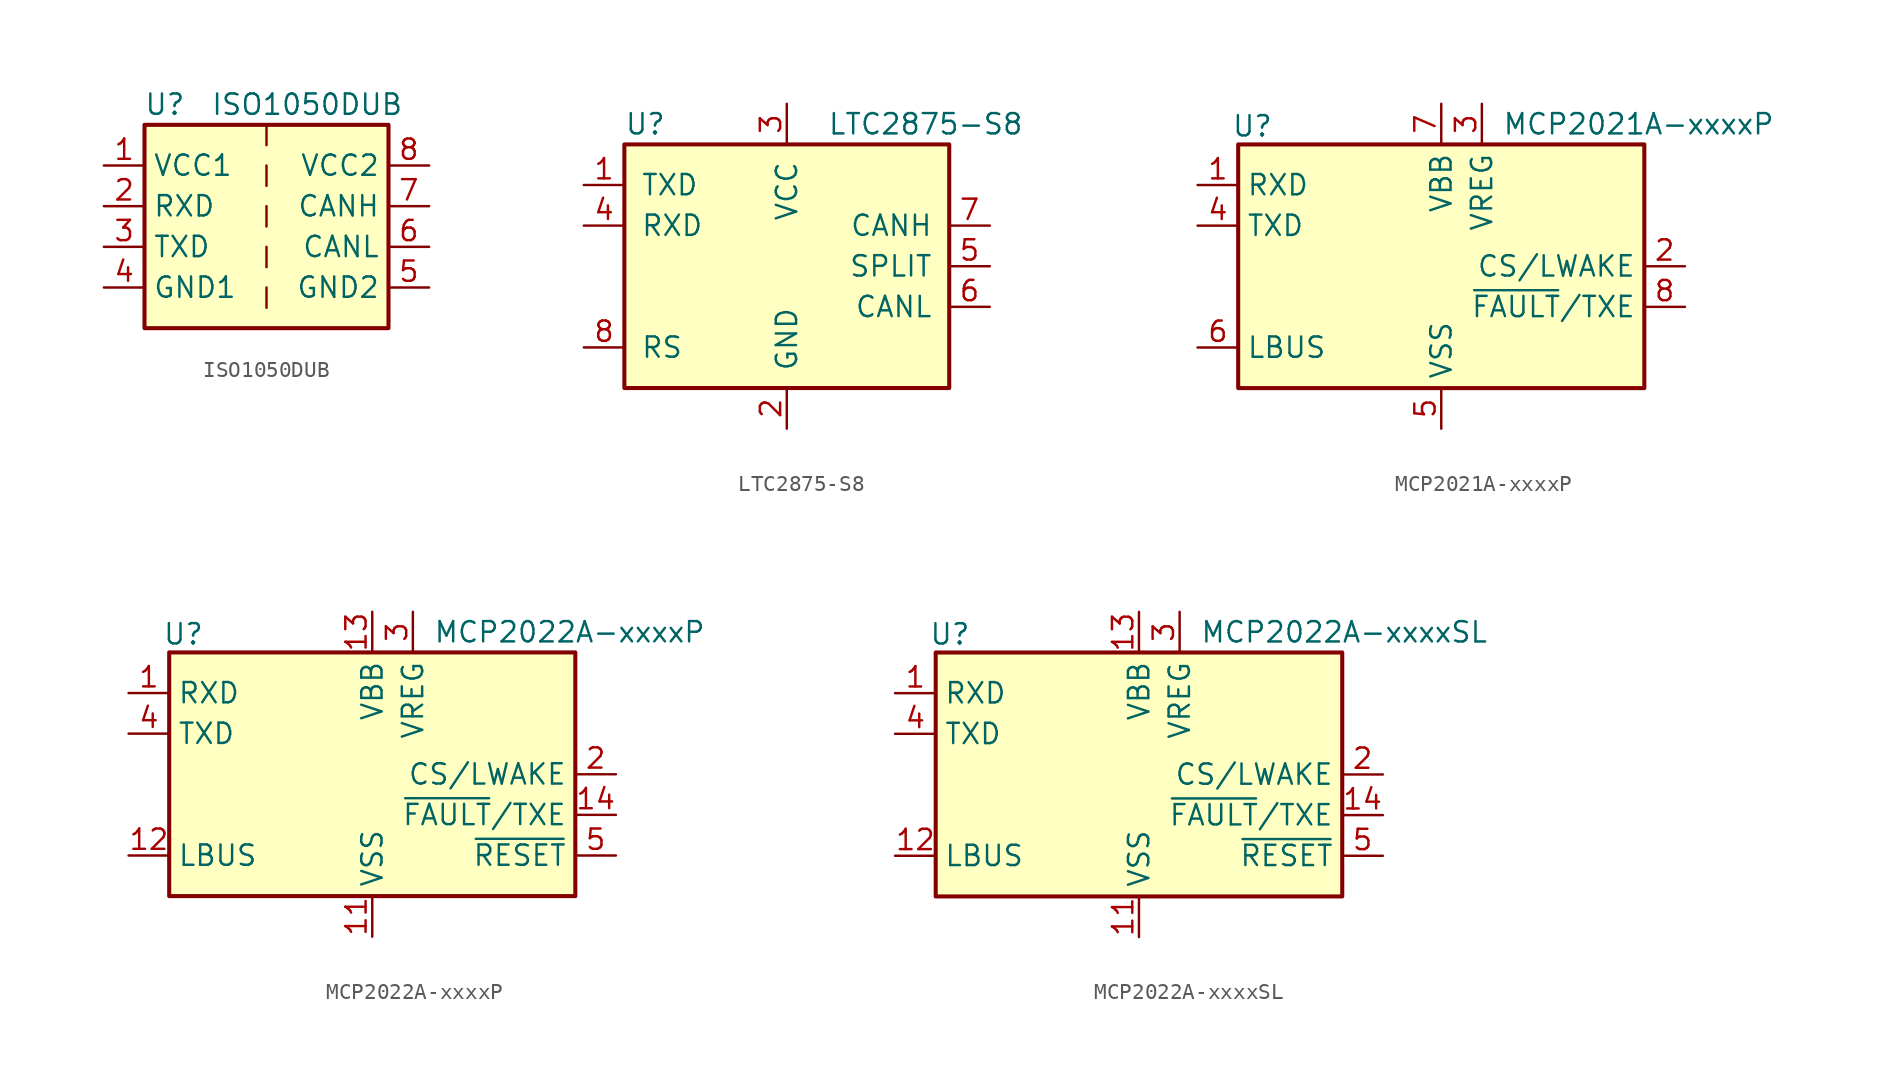
<source format=kicad_sym>
(kicad_symbol_lib
  (version 20201005)
  (generator kicad_symbol_editor)
  (symbol "ISO1050DUB"
    (property "Reference" "U"
      (at -6.35 6.35 0)
      (effects (font (size 1.27 1.27))))
    (property "Value" "ISO1050DUB"
      (at 2.54 6.35 0)
      (effects (font (size 1.27 1.27))))
    (symbol "ISO1050DUB_0_1"
      (rectangle (start -7.62 5.08) (end 7.62 -7.62) (stroke (width 0.254)) (fill (type background)))
      (polyline (pts (xy 0 -5.08) (xy 0 -6.35)) (stroke (width 0)) (fill (type none)))
      (polyline (pts (xy 0 -2.54) (xy 0 -3.81)) (stroke (width 0)) (fill (type none)))
      (polyline (pts (xy 0 0) (xy 0 -1.27)) (stroke (width 0)) (fill (type none)))
      (polyline (pts (xy 0 2.54) (xy 0 1.27)) (stroke (width 0)) (fill (type none)))
      (polyline (pts (xy 0 5.08) (xy 0 3.81)) (stroke (width 0)) (fill (type none))))
    (symbol "ISO1050DUB_1_1"
      (pin power_in line (at -10.16 2.54 0) (length 2.54) (name "VCC1" (effects (font (size 1.27 1.27)))) (number "1" (effects (font (size 1.27 1.27)))))
      (pin output line (at -10.16 0 0) (length 2.54) (name "RXD" (effects (font (size 1.27 1.27)))) (number "2" (effects (font (size 1.27 1.27)))))
      (pin input line (at -10.16 -2.54 0) (length 2.54) (name "TXD" (effects (font (size 1.27 1.27)))) (number "3" (effects (font (size 1.27 1.27)))))
      (pin power_in line (at -10.16 -5.08 0) (length 2.54) (name "GND1" (effects (font (size 1.27 1.27)))) (number "4" (effects (font (size 1.27 1.27)))))
      (pin power_in line (at 10.16 -5.08 180) (length 2.54) (name "GND2" (effects (font (size 1.27 1.27)))) (number "5" (effects (font (size 1.27 1.27)))))
      (pin bidirectional line (at 10.16 -2.54 180) (length 2.54) (name "CANL" (effects (font (size 1.27 1.27)))) (number "6" (effects (font (size 1.27 1.27)))))
      (pin bidirectional line (at 10.16 0 180) (length 2.54) (name "CANH" (effects (font (size 1.27 1.27)))) (number "7" (effects (font (size 1.27 1.27)))))
      (pin power_in line (at 10.16 2.54 180) (length 2.54) (name "VCC2" (effects (font (size 1.27 1.27)))) (number "8" (effects (font (size 1.27 1.27)))))))
  (symbol "LTC2875-S8"
    (pin_names
      (offset 1.016))
    (property "Reference" "U"
      (at -10.16 8.89 0)
      (effects (font (size 1.27 1.27)) (justify left)))
    (property "Value" "LTC2875-S8"
      (at 2.54 8.89 0)
      (effects (font (size 1.27 1.27)) (justify left)))
    (symbol "LTC2875-S8_0_1"
      (rectangle (start -10.16 7.62) (end 10.16 -7.62) (stroke (width 0.254)) (fill (type background))))
    (symbol "LTC2875-S8_1_1"
      (pin input line (at -12.7 5.08 0) (length 2.54) (name "TXD" (effects (font (size 1.27 1.27)))) (number "1" (effects (font (size 1.27 1.27)))))
      (pin power_in line (at 0 -10.16 90) (length 2.54) (name "GND" (effects (font (size 1.27 1.27)))) (number "2" (effects (font (size 1.27 1.27)))))
      (pin power_in line (at 0 10.16 270) (length 2.54) (name "VCC" (effects (font (size 1.27 1.27)))) (number "3" (effects (font (size 1.27 1.27)))))
      (pin output line (at -12.7 2.54 0) (length 2.54) (name "RXD" (effects (font (size 1.27 1.27)))) (number "4" (effects (font (size 1.27 1.27)))))
      (pin input line (at 12.7 0 180) (length 2.54) (name "SPLIT" (effects (font (size 1.27 1.27)))) (number "5" (effects (font (size 1.27 1.27)))))
      (pin bidirectional line (at 12.7 -2.54 180) (length 2.54) (name "CANL" (effects (font (size 1.27 1.27)))) (number "6" (effects (font (size 1.27 1.27)))))
      (pin bidirectional line (at 12.7 2.54 180) (length 2.54) (name "CANH" (effects (font (size 1.27 1.27)))) (number "7" (effects (font (size 1.27 1.27)))))
      (pin input line (at -12.7 -5.08 0) (length 2.54) (name "RS" (effects (font (size 1.27 1.27)))) (number "8" (effects (font (size 1.27 1.27)))))))
  (symbol "MCP2021A-xxxxP"
    (property "Reference" "U"
      (at -11.811 8.763 0)
      (effects (font (size 1.27 1.27))))
    (property "Value" "MCP2021A-xxxxP"
      (at 3.81 8.89 0)
      (effects (font (size 1.27 1.27)) (justify left)))
    (symbol "MCP2021A-xxxxP_0_1"
      (rectangle (start -12.7 7.62) (end 12.7 -7.62) (stroke (width 0.254)) (fill (type background))))
    (symbol "MCP2021A-xxxxP_1_1"
      (pin output line (at -15.24 5.08 0) (length 2.54) (name "RXD" (effects (font (size 1.27 1.27)))) (number "1" (effects (font (size 1.27 1.27)))))
      (pin input line (at 15.24 0 180) (length 2.54) (name "CS/LWAKE" (effects (font (size 1.27 1.27)))) (number "2" (effects (font (size 1.27 1.27)))))
      (pin power_out line (at 2.54 10.16 270) (length 2.54) (name "VREG" (effects (font (size 1.27 1.27)))) (number "3" (effects (font (size 1.27 1.27)))))
      (pin input line (at -15.24 2.54 0) (length 2.54) (name "TXD" (effects (font (size 1.27 1.27)))) (number "4" (effects (font (size 1.27 1.27)))))
      (pin power_in line (at 0 -10.16 90) (length 2.54) (name "VSS" (effects (font (size 1.27 1.27)))) (number "5" (effects (font (size 1.27 1.27)))))
      (pin open_collector line (at -15.24 -5.08 0) (length 2.54) (name "LBUS" (effects (font (size 1.27 1.27)))) (number "6" (effects (font (size 1.27 1.27)))))
      (pin power_in line (at 0 10.16 270) (length 2.54) (name "VBB" (effects (font (size 1.27 1.27)))) (number "7" (effects (font (size 1.27 1.27)))))
      (pin open_collector line (at 15.24 -2.54 180) (length 2.54) (name "~FAULT~/TXE" (effects (font (size 1.27 1.27)))) (number "8" (effects (font (size 1.27 1.27)))))))
  (symbol "MCP2022A-xxxxP"
    (property "Reference" "U"
      (at -11.811 8.763 0)
      (effects (font (size 1.27 1.27))))
    (property "Value" "MCP2022A-xxxxP"
      (at 3.81 8.89 0)
      (effects (font (size 1.27 1.27)) (justify left)))
    (symbol "MCP2022A-xxxxP_0_1"
      (rectangle (start -12.7 7.62) (end 12.7 -7.62) (stroke (width 0.254)) (fill (type background))))
    (symbol "MCP2022A-xxxxP_1_1"
      (pin output line (at -15.24 5.08 0) (length 2.54) (name "RXD" (effects (font (size 1.27 1.27)))) (number "1" (effects (font (size 1.27 1.27)))))
      (pin no_connect line (at -10.16 -7.62 90) (length 2.54) hide (name "NC" (effects (font (size 1.27 1.27)))) (number "10" (effects (font (size 1.27 1.27)))))
      (pin power_in line (at 0 -10.16 90) (length 2.54) (name "VSS" (effects (font (size 1.27 1.27)))) (number "11" (effects (font (size 1.27 1.27)))))
      (pin open_collector line (at -15.24 -5.08 0) (length 2.54) (name "LBUS" (effects (font (size 1.27 1.27)))) (number "12" (effects (font (size 1.27 1.27)))))
      (pin power_in line (at 0 10.16 270) (length 2.54) (name "VBB" (effects (font (size 1.27 1.27)))) (number "13" (effects (font (size 1.27 1.27)))))
      (pin open_collector line (at 15.24 -2.54 180) (length 2.54) (name "~FAULT~/TXE" (effects (font (size 1.27 1.27)))) (number "14" (effects (font (size 1.27 1.27)))))
      (pin input line (at 15.24 0 180) (length 2.54) (name "CS/LWAKE" (effects (font (size 1.27 1.27)))) (number "2" (effects (font (size 1.27 1.27)))))
      (pin power_out line (at 2.54 10.16 270) (length 2.54) (name "VREG" (effects (font (size 1.27 1.27)))) (number "3" (effects (font (size 1.27 1.27)))))
      (pin input line (at -15.24 2.54 0) (length 2.54) (name "TXD" (effects (font (size 1.27 1.27)))) (number "4" (effects (font (size 1.27 1.27)))))
      (pin output line (at 15.24 -5.08 180) (length 2.54) (name "~RESET" (effects (font (size 1.27 1.27)))) (number "5" (effects (font (size 1.27 1.27)))))
      (pin no_connect line (at 2.54 -7.62 90) (length 2.54) hide (name "NC" (effects (font (size 1.27 1.27)))) (number "6" (effects (font (size 1.27 1.27)))))
      (pin no_connect line (at -2.54 -7.62 90) (length 2.54) hide (name "NC" (effects (font (size 1.27 1.27)))) (number "7" (effects (font (size 1.27 1.27)))))
      (pin no_connect line (at -5.08 -7.62 90) (length 2.54) hide (name "NC" (effects (font (size 1.27 1.27)))) (number "8" (effects (font (size 1.27 1.27)))))
      (pin no_connect line (at -7.62 -7.62 90) (length 2.54) hide (name "NC" (effects (font (size 1.27 1.27)))) (number "9" (effects (font (size 1.27 1.27)))))))
  (symbol "MCP2022A-xxxxSL"
    (property "Reference" "U"
      (at -11.811 8.763 0)
      (effects (font (size 1.27 1.27))))
    (property "Value" "MCP2022A-xxxxSL"
      (at 3.81 8.89 0)
      (effects (font (size 1.27 1.27)) (justify left)))
    (symbol "MCP2022A-xxxxSL_0_1"
      (rectangle (start -12.7 7.62) (end 12.7 -7.62) (stroke (width 0.254)) (fill (type background))))
    (symbol "MCP2022A-xxxxSL_1_1"
      (pin output line (at -15.24 5.08 0) (length 2.54) (name "RXD" (effects (font (size 1.27 1.27)))) (number "1" (effects (font (size 1.27 1.27)))))
      (pin no_connect line (at -10.16 -7.62 90) (length 2.54) hide (name "NC" (effects (font (size 1.27 1.27)))) (number "10" (effects (font (size 1.27 1.27)))))
      (pin power_in line (at 0 -10.16 90) (length 2.54) (name "VSS" (effects (font (size 1.27 1.27)))) (number "11" (effects (font (size 1.27 1.27)))))
      (pin open_collector line (at -15.24 -5.08 0) (length 2.54) (name "LBUS" (effects (font (size 1.27 1.27)))) (number "12" (effects (font (size 1.27 1.27)))))
      (pin power_in line (at 0 10.16 270) (length 2.54) (name "VBB" (effects (font (size 1.27 1.27)))) (number "13" (effects (font (size 1.27 1.27)))))
      (pin open_collector line (at 15.24 -2.54 180) (length 2.54) (name "~FAULT~/TXE" (effects (font (size 1.27 1.27)))) (number "14" (effects (font (size 1.27 1.27)))))
      (pin input line (at 15.24 0 180) (length 2.54) (name "CS/LWAKE" (effects (font (size 1.27 1.27)))) (number "2" (effects (font (size 1.27 1.27)))))
      (pin power_out line (at 2.54 10.16 270) (length 2.54) (name "VREG" (effects (font (size 1.27 1.27)))) (number "3" (effects (font (size 1.27 1.27)))))
      (pin input line (at -15.24 2.54 0) (length 2.54) (name "TXD" (effects (font (size 1.27 1.27)))) (number "4" (effects (font (size 1.27 1.27)))))
      (pin output line (at 15.24 -5.08 180) (length 2.54) (name "~RESET" (effects (font (size 1.27 1.27)))) (number "5" (effects (font (size 1.27 1.27)))))
      (pin no_connect line (at 2.54 -7.62 90) (length 2.54) hide (name "NC" (effects (font (size 1.27 1.27)))) (number "6" (effects (font (size 1.27 1.27)))))
      (pin no_connect line (at -2.54 -7.62 90) (length 2.54) hide (name "NC" (effects (font (size 1.27 1.27)))) (number "7" (effects (font (size 1.27 1.27)))))
      (pin no_connect line (at -5.08 -7.62 90) (length 2.54) hide (name "NC" (effects (font (size 1.27 1.27)))) (number "8" (effects (font (size 1.27 1.27)))))
      (pin no_connect line (at -7.62 -7.62 90) (length 2.54) hide (name "NC" (effects (font (size 1.27 1.27)))) (number "9" (effects (font (size 1.27 1.27))))))))
</source>
